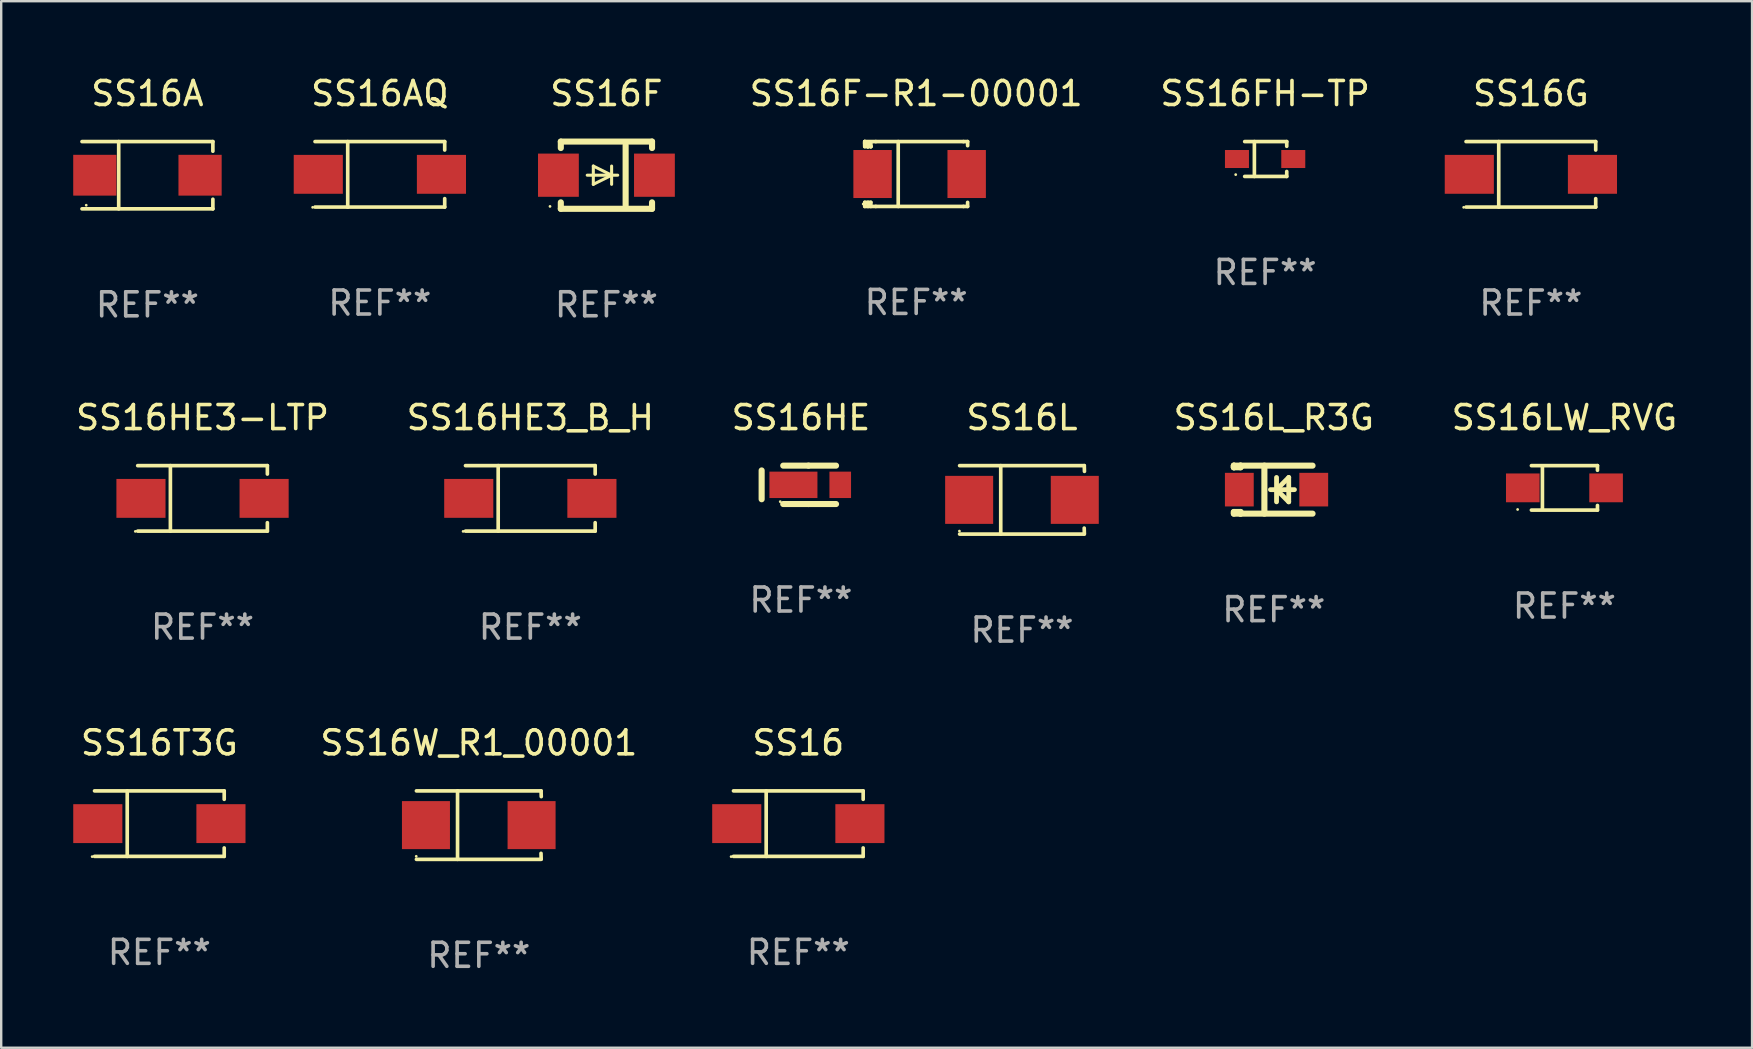
<source format=kicad_pcb>
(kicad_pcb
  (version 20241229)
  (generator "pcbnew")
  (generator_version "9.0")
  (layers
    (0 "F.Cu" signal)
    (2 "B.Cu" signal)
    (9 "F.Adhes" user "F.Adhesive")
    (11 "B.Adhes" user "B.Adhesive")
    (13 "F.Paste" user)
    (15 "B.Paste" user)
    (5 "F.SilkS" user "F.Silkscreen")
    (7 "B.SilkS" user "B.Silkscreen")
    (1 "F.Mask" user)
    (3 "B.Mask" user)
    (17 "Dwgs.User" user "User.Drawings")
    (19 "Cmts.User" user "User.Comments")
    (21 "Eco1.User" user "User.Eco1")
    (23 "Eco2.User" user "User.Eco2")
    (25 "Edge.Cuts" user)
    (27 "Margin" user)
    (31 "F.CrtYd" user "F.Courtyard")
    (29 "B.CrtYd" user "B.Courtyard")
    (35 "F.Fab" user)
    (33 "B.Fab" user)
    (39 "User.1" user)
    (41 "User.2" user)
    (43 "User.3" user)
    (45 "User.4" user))
  (footprint "SS16LW_RVG"
    (layer "F.Cu")
    (at 62.12 17.273)
    (property "Reference" "SS16LW_RVG" (at 0 -2.926 0) (layer "F.SilkS") (effects (font (size 1 1) (thickness 0.15))))
    (attr through_hole)
    (fp_line (start -1.376 -0.926) (end 1.376 -0.926) (stroke (width 0.152) (type solid)) (layer "F.SilkS"))
    (fp_line (start -1.376 0.926) (end 1.376 0.926) (stroke (width 0.152) (type solid)) (layer "F.SilkS"))
    (fp_line (start -0.917 -0.876) (end -0.917 0.876) (stroke (width 0.152) (type solid)) (layer "F.SilkS"))
    (fp_line (start 1.376 -0.926) (end 1.376 -0.733) (stroke (width 0.152) (type solid)) (layer "F.SilkS"))
    (fp_line (start 1.376 0.926) (end 1.376 0.733) (stroke (width 0.152) (type solid)) (layer "F.SilkS"))
    (fp_circle (center -1.95 0.9) (end -1.92 0.9) (stroke (width 0.06) (type solid)) (fill no) (layer "F.SilkS"))
    (fp_text user "REF**" (at 0 4.926 0) (layer "F.Fab") (effects (font (size 1 1) (thickness 0.15))))
    (pad "1" smd rect (at -1.735 0) (size 1.4 1.2) (layers "F.Cu" "F.Mask" "F.Paste"))
    (pad "2" smd rect (at 1.735 0) (size 1.4 1.2) (layers "F.Cu" "F.Mask" "F.Paste")))
  (footprint "SS16HE3_B_H"
    (layer "F.Cu")
    (at 19.042 17.711)
    (property "Reference" "SS16HE3_B_H" (at 0 -3.364 0) (layer "F.SilkS") (effects (font (size 1 1) (thickness 0.15))))
    (attr through_hole)
    (fp_line (start -2.701 -1.364) (end 2.701 -1.364) (stroke (width 0.152) (type solid)) (layer "F.SilkS"))
    (fp_line (start -2.701 1.364) (end 2.701 1.364) (stroke (width 0.152) (type solid)) (layer "F.SilkS"))
    (fp_line (start -1.339 -1.364) (end -1.339 1.364) (stroke (width 0.152) (type solid)) (layer "F.SilkS"))
    (fp_line (start 2.701 -1.364) (end 2.701 -1.013) (stroke (width 0.152) (type solid)) (layer "F.SilkS"))
    (fp_line (start 2.701 1.364) (end 2.701 1.013) (stroke (width 0.152) (type solid)) (layer "F.SilkS"))
    (fp_circle (center -2.8 1.375) (end -2.77 1.375) (stroke (width 0.06) (type solid)) (fill no) (layer "F.SilkS"))
    (fp_text user "REF**" (at 0 5.364 0) (layer "F.Fab") (effects (font (size 1 1) (thickness 0.15))))
    (pad "1" smd rect (at -2.565 -0.000025) (size 2.046 1.62) (layers "F.Cu" "F.Mask" "F.Paste"))
    (pad "2" smd rect (at 2.565 -0.000025) (size 2.046 1.62) (layers "F.Cu" "F.Mask" "F.Paste")))
  (footprint "SS16"
    (layer "F.Cu")
    (at 30.206 31.26)
    (property "Reference" "SS16" (at 0 -3.364 0) (layer "F.SilkS") (effects (font (size 1 1) (thickness 0.15))))
    (attr through_hole)
    (fp_line (start -2.701 -1.364) (end 2.701 -1.364) (stroke (width 0.152) (type solid)) (layer "F.SilkS"))
    (fp_line (start -2.701 1.364) (end 2.701 1.364) (stroke (width 0.152) (type solid)) (layer "F.SilkS"))
    (fp_line (start -1.339 -1.364) (end -1.339 1.364) (stroke (width 0.152) (type solid)) (layer "F.SilkS"))
    (fp_line (start 2.701 -1.364) (end 2.701 -1.013) (stroke (width 0.152) (type solid)) (layer "F.SilkS"))
    (fp_line (start 2.701 1.364) (end 2.701 1.013) (stroke (width 0.152) (type solid)) (layer "F.SilkS"))
    (fp_circle (center -2.8 1.375) (end -2.77 1.375) (stroke (width 0.06) (type solid)) (fill no) (layer "F.SilkS"))
    (fp_text user "REF**" (at 0 5.364 0) (layer "F.Fab") (effects (font (size 1 1) (thickness 0.15))))
    (pad "1" smd rect (at -2.565 -0.000025) (size 2.046 1.62) (layers "F.Cu" "F.Mask" "F.Paste"))
    (pad "2" smd rect (at 2.565 -0.000025) (size 2.046 1.62) (layers "F.Cu" "F.Mask" "F.Paste")))
  (footprint "SS16G"
    (layer "F.Cu")
    (at 60.722 4.212)
    (property "Reference" "SS16G" (at 0 -3.364 0) (layer "F.SilkS") (effects (font (size 1 1) (thickness 0.15))))
    (attr through_hole)
    (fp_line (start -2.701 -1.364) (end 2.701 -1.364) (stroke (width 0.152) (type solid)) (layer "F.SilkS"))
    (fp_line (start -2.701 1.364) (end 2.701 1.364) (stroke (width 0.152) (type solid)) (layer "F.SilkS"))
    (fp_line (start -1.339 -1.364) (end -1.339 1.364) (stroke (width 0.152) (type solid)) (layer "F.SilkS"))
    (fp_line (start 2.701 -1.364) (end 2.701 -1.013) (stroke (width 0.152) (type solid)) (layer "F.SilkS"))
    (fp_line (start 2.701 1.364) (end 2.701 1.013) (stroke (width 0.152) (type solid)) (layer "F.SilkS"))
    (fp_circle (center -2.8 1.375) (end -2.77 1.375) (stroke (width 0.06) (type solid)) (fill no) (layer "F.SilkS"))
    (fp_text user "REF**" (at 0 5.364 0) (layer "F.Fab") (effects (font (size 1 1) (thickness 0.15))))
    (pad "1" smd rect (at -2.565 -0.000025) (size 2.046 1.62) (layers "F.Cu" "F.Mask" "F.Paste"))
    (pad "2" smd rect (at 2.565 -0.000025) (size 2.046 1.62) (layers "F.Cu" "F.Mask" "F.Paste")))
  (footprint "SS16F"
    (layer "F.Cu")
    (at 22.212 4.248)
    (property "Reference" "SS16F" (at 0 -3.4 0) (layer "F.SilkS") (effects (font (size 1 1) (thickness 0.15))))
    (attr through_hole)
    (fp_line (start -1.9 -1.4) (end -1.9 -1.131) (stroke (width 0.254) (type solid)) (layer "F.SilkS"))
    (fp_line (start -1.9 -1.4) (end 1.9 -1.4) (stroke (width 0.254) (type solid)) (layer "F.SilkS"))
    (fp_line (start -1.9 1.131) (end -1.9 1.4) (stroke (width 0.254) (type solid)) (layer "F.SilkS"))
    (fp_line (start -1.9 1.4) (end 1.9 1.4) (stroke (width 0.254) (type solid)) (layer "F.SilkS"))
    (fp_line (start -0.8 0) (end 0.47 0) (stroke (width 0.127) (type solid)) (layer "F.SilkS"))
    (fp_line (start -0.546 -0.381) (end 0.216 0) (stroke (width 0.127) (type solid)) (layer "F.SilkS"))
    (fp_line (start -0.546 0) (end -0.546 -0.381) (stroke (width 0.127) (type solid)) (layer "F.SilkS"))
    (fp_line (start -0.546 0) (end -0.546 0.381) (stroke (width 0.127) (type solid)) (layer "F.SilkS"))
    (fp_line (start -0.546 0.381) (end 0.216 0) (stroke (width 0.127) (type solid)) (layer "F.SilkS"))
    (fp_line (start 0.216 0) (end 0.216 -0.381) (stroke (width 0.127) (type solid)) (layer "F.SilkS"))
    (fp_line (start 0.216 0) (end 0.216 0.381) (stroke (width 0.127) (type solid)) (layer "F.SilkS"))
    (fp_line (start 0.8 1.25) (end 0.8 -1.25) (stroke (width 0.254) (type solid)) (layer "F.SilkS"))
    (fp_line (start 1.9 -1.4) (end 1.9 -1.131) (stroke (width 0.254) (type solid)) (layer "F.SilkS"))
    (fp_line (start 1.9 1.131) (end 1.9 1.4) (stroke (width 0.254) (type solid)) (layer "F.SilkS"))
    (fp_circle (center -2.35 1.3) (end -2.32 1.3) (stroke (width 0.06) (type solid)) (fill no) (layer "F.SilkS"))
    (fp_text user "REF**" (at 0 5.4 0) (layer "F.Fab") (effects (font (size 1 1) (thickness 0.15))))
    (pad "1" smd rect (at -2 0 180) (size 1.7 1.8) (layers "F.Cu" "F.Mask" "F.Paste"))
    (pad "2" smd rect (at 2 0 180) (size 1.7 1.8) (layers "F.Cu" "F.Mask" "F.Paste")))
  (footprint "SS16T3G"
    (layer "F.Cu")
    (at 3.589 31.26)
    (property "Reference" "SS16T3G" (at 0 -3.364 0) (layer "F.SilkS") (effects (font (size 1 1) (thickness 0.15))))
    (attr through_hole)
    (fp_line (start -2.701 -1.364) (end 2.701 -1.364) (stroke (width 0.152) (type solid)) (layer "F.SilkS"))
    (fp_line (start -2.701 1.364) (end 2.701 1.364) (stroke (width 0.152) (type solid)) (layer "F.SilkS"))
    (fp_line (start -1.339 -1.364) (end -1.339 1.364) (stroke (width 0.152) (type solid)) (layer "F.SilkS"))
    (fp_line (start 2.701 -1.364) (end 2.701 -1.013) (stroke (width 0.152) (type solid)) (layer "F.SilkS"))
    (fp_line (start 2.701 1.364) (end 2.701 1.013) (stroke (width 0.152) (type solid)) (layer "F.SilkS"))
    (fp_circle (center -2.8 1.375) (end -2.77 1.375) (stroke (width 0.06) (type solid)) (fill no) (layer "F.SilkS"))
    (fp_text user "REF**" (at 0 5.364 0) (layer "F.Fab") (effects (font (size 1 1) (thickness 0.15))))
    (pad "1" smd rect (at -2.565 -0.000025) (size 2.046 1.62) (layers "F.Cu" "F.Mask" "F.Paste"))
    (pad "2" smd rect (at 2.565 -0.000025) (size 2.046 1.62) (layers "F.Cu" "F.Mask" "F.Paste")))
  (footprint "SS16L"
    (layer "F.Cu")
    (at 39.525 17.773)
    (property "Reference" "SS16L" (at 0 -3.426 0) (layer "F.SilkS") (effects (font (size 1 1) (thickness 0.15))))
    (attr through_hole)
    (fp_line (start -2.6 -1.426) (end 2.593 -1.426) (stroke (width 0.152) (type solid)) (layer "F.SilkS"))
    (fp_line (start -2.6 1.426) (end 2.593 1.426) (stroke (width 0.152) (type solid)) (layer "F.SilkS"))
    (fp_line (start -0.887 -1.426) (end -0.887 1.426) (stroke (width 0.152) (type solid)) (layer "F.SilkS"))
    (fp_line (start 2.59 1.176) (end 2.597 1.415) (stroke (width 0.152) (type solid)) (layer "F.SilkS"))
    (fp_line (start 2.593 -1.426) (end 2.6 -1.187) (stroke (width 0.152) (type solid)) (layer "F.SilkS"))
    (fp_circle (center -2.608 1.3) (end -2.578 1.3) (stroke (width 0.06) (type solid)) (fill no) (layer "F.SilkS"))
    (fp_text user "REF**" (at 0 5.426 0) (layer "F.Fab") (effects (font (size 1 1) (thickness 0.15))))
    (pad "1" smd rect (at -2.203 0 180) (size 2 2) (layers "F.Cu" "F.Mask" "F.Paste"))
    (pad "2" smd rect (at 2.197 0 180) (size 2 2) (layers "F.Cu" "F.Mask" "F.Paste")))
  (footprint "SS16F-R1-00001"
    (layer "F.Cu")
    (at 35.116 4.199)
    (property "Reference" "SS16F-R1-00001" (at 0 -3.351 0) (layer "F.SilkS") (effects (font (size 1 1) (thickness 0.15))))
    (attr through_hole)
    (fp_line (start -2.143 -1.351) (end -2.143 -1.27) (stroke (width 0.152) (type solid)) (layer "F.SilkS"))
    (fp_line (start -2.143 -1.351) (end -2.143 -1.143) (stroke (width 0.152) (type solid)) (layer "F.SilkS"))
    (fp_line (start -2.143 -1.27) (end -2.016 -1.27) (stroke (width 0.152) (type solid)) (layer "F.SilkS"))
    (fp_line (start -2.143 -1.18) (end -2.143 -1.351) (stroke (width 0.152) (type solid)) (layer "F.SilkS"))
    (fp_line (start -2.143 -1.143) (end -2.016 -1.143) (stroke (width 0.152) (type solid)) (layer "F.SilkS"))
    (fp_line (start -2.143 1.351) (end -2.143 1.18) (stroke (width 0.152) (type solid)) (layer "F.SilkS"))
    (fp_line (start -2.016 -1.27) (end -2.016 -1.18) (stroke (width 0.152) (type solid)) (layer "F.SilkS"))
    (fp_line (start -2.016 -1.18) (end -1.897 -1.18) (stroke (width 0.152) (type solid)) (layer "F.SilkS"))
    (fp_line (start -2.016 -1.143) (end -2.016 -1.18) (stroke (width 0.152) (type solid)) (layer "F.SilkS"))
    (fp_line (start -2.016 -1.143) (end -2.007 -1.143) (stroke (width 0.152) (type solid)) (layer "F.SilkS"))
    (fp_line (start -2.007 -1.143) (end -2.007 -1.143) (stroke (width 0.152) (type solid)) (layer "F.SilkS"))
    (fp_line (start -2.007 1.18) (end -2.007 1.351) (stroke (width 0.152) (type solid)) (layer "F.SilkS"))
    (fp_line (start -1.89 -1.143) (end -1.89 -1.143) (stroke (width 0.152) (type solid)) (layer "F.SilkS"))
    (fp_line (start -1.89 1.18) (end -2.143 1.18) (stroke (width 0.152) (type solid)) (layer "F.SilkS"))
    (fp_line (start -1.89 1.18) (end -1.89 1.351) (stroke (width 0.152) (type solid)) (layer "F.SilkS"))
    (fp_line (start -1.889 -1.143) (end -2.016 -1.143) (stroke (width 0.152) (type solid)) (layer "F.SilkS"))
    (fp_line (start -1.889 -1.143) (end -1.89 -1.143) (stroke (width 0.152) (type solid)) (layer "F.SilkS"))
    (fp_line (start -1.889 -1.143) (end -1.889 -1.314) (stroke (width 0.152) (type solid)) (layer "F.SilkS"))
    (fp_line (start -1.683 -1.351) (end -2.143 -1.351) (stroke (width 0.152) (type solid)) (layer "F.SilkS"))
    (fp_line (start -1.683 -1.351) (end 1.969 -1.351) (stroke (width 0.152) (type solid)) (layer "F.SilkS"))
    (fp_line (start -1.683 1.351) (end -2.143 1.351) (stroke (width 0.152) (type solid)) (layer "F.SilkS"))
    (fp_line (start -1.683 1.351) (end 1.969 1.351) (stroke (width 0.152) (type solid)) (layer "F.SilkS"))
    (fp_line (start -0.749 -1.351) (end -0.749 1.351) (stroke (width 0.152) (type solid)) (layer "F.SilkS"))
    (fp_line (start 1.969 -1.351) (end 2.143 -1.351) (stroke (width 0.152) (type solid)) (layer "F.SilkS"))
    (fp_line (start 2.142 1.181) (end 2.142 1.351) (stroke (width 0.152) (type solid)) (layer "F.SilkS"))
    (fp_line (start 2.142 1.351) (end 1.969 1.351) (stroke (width 0.152) (type solid)) (layer "F.SilkS"))
    (fp_line (start 2.143 -1.351) (end 2.143 -1.18) (stroke (width 0.152) (type solid)) (layer "F.SilkS"))
    (fp_circle (center -2.207 1.25) (end -2.177 1.25) (stroke (width 0.06) (type solid)) (fill no) (layer "F.SilkS"))
    (fp_text user "REF**" (at 0 5.351 0) (layer "F.Fab") (effects (font (size 1 1) (thickness 0.15))))
    (pad "1" smd rect (at -1.817 0.000102) (size 1.6 2) (layers "F.Cu" "F.Mask" "F.Paste"))
    (pad "2" smd rect (at 2.103 0.000102) (size 1.6 2) (layers "F.Cu" "F.Mask" "F.Paste")))
  (footprint "SS16HE"
    (layer "F.Cu")
    (at 30.315 17.147)
    (property "Reference" "SS16HE" (at 0 -2.8 0) (layer "F.SilkS") (effects (font (size 1 1) (thickness 0.15))))
    (attr through_hole)
    (fp_line (start -1.637 -0.6) (end -1.637 0.6) (stroke (width 0.254) (type solid)) (layer "F.SilkS"))
    (fp_line (start -0.738 -0.8) (end 0.314 -0.8) (stroke (width 0.254) (type solid)) (layer "F.SilkS"))
    (fp_line (start -0.738 0.8) (end 0.314 0.8) (stroke (width 0.254) (type solid)) (layer "F.SilkS"))
    (fp_line (start 0.314 0.8) (end 1.462 0.8) (stroke (width 0.254) (type solid)) (layer "F.SilkS"))
    (fp_line (start 0.314 -0.8) (end 1.462 -0.8) (stroke (width 0.254) (type solid)) (layer "F.SilkS"))
    (fp_circle (center -0.862 0.7) (end -0.832 0.7) (stroke (width 0.06) (type solid)) (fill no) (layer "F.SilkS"))
    (fp_text user "REF**" (at 0 4.8 0) (layer "F.Fab") (effects (font (size 1 1) (thickness 0.15))))
    (pad "1" smd rect (at -0.313 -0.000064) (size 2 1.1) (layers "F.Cu" "F.Mask" "F.Paste"))
    (pad "2" smd rect (at 1.637 -0.000064) (size 0.9 1.1) (layers "F.Cu" "F.Mask" "F.Paste")))
  (footprint "SS16L_R3G"
    (layer "F.Cu")
    (at 50.013 17.347)
    (property "Reference" "SS16L_R3G" (at 0 -3 0) (layer "F.SilkS") (effects (font (size 1 1) (thickness 0.15))))
    (attr through_hole)
    (fp_line (start -1.664 -1) (end -1.664 -0.931) (stroke (width 0.254) (type solid)) (layer "F.SilkS"))
    (fp_line (start -1.664 -0.931) (end -1.664 -1) (stroke (width 0.254) (type solid)) (layer "F.SilkS"))
    (fp_line (start -1.664 0.931) (end -1.386 0.931) (stroke (width 0.254) (type solid)) (layer "F.SilkS"))
    (fp_line (start -1.664 1) (end -1.664 0.931) (stroke (width 0.254) (type solid)) (layer "F.SilkS"))
    (fp_line (start -1.386 -1) (end -1.664 -1) (stroke (width 0.254) (type solid)) (layer "F.SilkS"))
    (fp_line (start -1.386 -1) (end -1.386 -0.931) (stroke (width 0.254) (type solid)) (layer "F.SilkS"))
    (fp_line (start -1.386 -1) (end 1.614 -1) (stroke (width 0.254) (type solid)) (layer "F.SilkS"))
    (fp_line (start -1.386 -0.931) (end -1.664 -0.931) (stroke (width 0.254) (type solid)) (layer "F.SilkS"))
    (fp_line (start -1.386 0.931) (end -1.386 1) (stroke (width 0.254) (type solid)) (layer "F.SilkS"))
    (fp_line (start -1.386 1) (end -1.664 1) (stroke (width 0.254) (type solid)) (layer "F.SilkS"))
    (fp_line (start -1.386 1) (end 1.614 1) (stroke (width 0.254) (type solid)) (layer "F.SilkS"))
    (fp_line (start -0.392 -1) (end -0.392 1) (stroke (width 0.254) (type solid)) (layer "F.SilkS"))
    (fp_line (start -0.14 0) (end 0.86 0) (stroke (width 0.2) (type solid)) (layer "F.SilkS"))
    (fp_line (start 0.114 -0.508) (end 0.114 0.508) (stroke (width 0.2) (type solid)) (layer "F.SilkS"))
    (fp_line (start 0.114 0) (end 0.622 -0.508) (stroke (width 0.2) (type solid)) (layer "F.SilkS"))
    (fp_line (start 0.622 -0.508) (end 0.622 0.508) (stroke (width 0.2) (type solid)) (layer "F.SilkS"))
    (fp_line (start 0.622 0.508) (end 0.114 0) (stroke (width 0.2) (type solid)) (layer "F.SilkS"))
    (fp_circle (center -1.692 0.9) (end -1.662 0.9) (stroke (width 0.06) (type solid)) (fill no) (layer "F.SilkS"))
    (fp_text user "REF**" (at 0 5 0) (layer "F.Fab") (effects (font (size 1 1) (thickness 0.15))))
    (pad "1" smd rect (at -1.436 0) (size 1.2 1.4) (layers "F.Cu" "F.Mask" "F.Paste"))
    (pad "2" smd rect (at 1.664 0) (size 1.2 1.4) (layers "F.Cu" "F.Mask" "F.Paste")))
  (footprint "SS16FH-TP"
    (layer "F.Cu")
    (at 49.651 3.574)
    (property "Reference" "SS16FH-TP" (at 0 -2.726 0) (layer "F.SilkS") (effects (font (size 1 1) (thickness 0.15))))
    (attr through_hole)
    (fp_line (start -0.851 -0.726) (end 0.901 -0.726) (stroke (width 0.152) (type solid)) (layer "F.SilkS"))
    (fp_line (start -0.851 0.726) (end 0.901 0.726) (stroke (width 0.152) (type solid)) (layer "F.SilkS"))
    (fp_line (start -0.447 -0.726) (end -0.447 0.726) (stroke (width 0.152) (type solid)) (layer "F.SilkS"))
    (fp_line (start 0.901 -0.726) (end 0.901 -0.53) (stroke (width 0.152) (type solid)) (layer "F.SilkS"))
    (fp_line (start 0.901 0.726) (end 0.901 0.52) (stroke (width 0.152) (type solid)) (layer "F.SilkS"))
    (fp_circle (center -1.225 0.65) (end -1.195 0.65) (stroke (width 0.06) (type solid)) (fill no) (layer "F.SilkS"))
    (fp_text user "REF**" (at 0 4.726 0) (layer "F.Fab") (effects (font (size 1 1) (thickness 0.15))))
    (pad "1" smd rect (at -1.173 0) (size 1 0.75) (layers "F.Cu" "F.Mask" "F.Paste"))
    (pad "2" smd rect (at 1.173 0) (size 1 0.75) (layers "F.Cu" "F.Mask" "F.Paste")))
  (footprint "SS16HE3-LTP"
    (layer "F.Cu")
    (at 5.387 17.711)
    (property "Reference" "SS16HE3-LTP" (at 0 -3.364 0) (layer "F.SilkS") (effects (font (size 1 1) (thickness 0.15))))
    (attr through_hole)
    (fp_line (start -2.701 -1.364) (end 2.701 -1.364) (stroke (width 0.152) (type solid)) (layer "F.SilkS"))
    (fp_line (start -2.701 1.364) (end 2.701 1.364) (stroke (width 0.152) (type solid)) (layer "F.SilkS"))
    (fp_line (start -1.339 -1.364) (end -1.339 1.364) (stroke (width 0.152) (type solid)) (layer "F.SilkS"))
    (fp_line (start 2.701 -1.364) (end 2.701 -1.013) (stroke (width 0.152) (type solid)) (layer "F.SilkS"))
    (fp_line (start 2.701 1.364) (end 2.701 1.013) (stroke (width 0.152) (type solid)) (layer "F.SilkS"))
    (fp_circle (center -2.8 1.375) (end -2.77 1.375) (stroke (width 0.06) (type solid)) (fill no) (layer "F.SilkS"))
    (fp_text user "REF**" (at 0 5.364 0) (layer "F.Fab") (effects (font (size 1 1) (thickness 0.15))))
    (pad "1" smd rect (at -2.565 -0.000025) (size 2.046 1.62) (layers "F.Cu" "F.Mask" "F.Paste"))
    (pad "2" smd rect (at 2.565 -0.000025) (size 2.046 1.62) (layers "F.Cu" "F.Mask" "F.Paste")))
  (footprint "SS16W_R1_00001"
    (layer "F.Cu")
    (at 16.897 31.322)
    (property "Reference" "SS16W_R1_00001" (at 0 -3.426 0) (layer "F.SilkS") (effects (font (size 1 1) (thickness 0.15))))
    (attr through_hole)
    (fp_line (start -2.6 -1.426) (end 2.593 -1.426) (stroke (width 0.152) (type solid)) (layer "F.SilkS"))
    (fp_line (start -2.6 1.426) (end 2.593 1.426) (stroke (width 0.152) (type solid)) (layer "F.SilkS"))
    (fp_line (start -0.887 -1.426) (end -0.887 1.426) (stroke (width 0.152) (type solid)) (layer "F.SilkS"))
    (fp_line (start 2.59 1.176) (end 2.597 1.415) (stroke (width 0.152) (type solid)) (layer "F.SilkS"))
    (fp_line (start 2.593 -1.426) (end 2.6 -1.187) (stroke (width 0.152) (type solid)) (layer "F.SilkS"))
    (fp_circle (center -2.608 1.3) (end -2.578 1.3) (stroke (width 0.06) (type solid)) (fill no) (layer "F.SilkS"))
    (fp_text user "REF**" (at 0 5.426 0) (layer "F.Fab") (effects (font (size 1 1) (thickness 0.15))))
    (pad "1" smd rect (at -2.203 0 180) (size 2 2) (layers "F.Cu" "F.Mask" "F.Paste"))
    (pad "2" smd rect (at 2.197 0 180) (size 2 2) (layers "F.Cu" "F.Mask" "F.Paste")))
  (footprint "SS16AQ"
    (layer "F.Cu")
    (at 12.774 4.212)
    (property "Reference" "SS16AQ" (at 0 -3.364 0) (layer "F.SilkS") (effects (font (size 1 1) (thickness 0.15))))
    (attr through_hole)
    (fp_line (start -2.701 -1.364) (end 2.701 -1.364) (stroke (width 0.152) (type solid)) (layer "F.SilkS"))
    (fp_line (start -2.701 1.364) (end 2.701 1.364) (stroke (width 0.152) (type solid)) (layer "F.SilkS"))
    (fp_line (start -1.339 -1.364) (end -1.339 1.364) (stroke (width 0.152) (type solid)) (layer "F.SilkS"))
    (fp_line (start 2.701 -1.364) (end 2.701 -1.013) (stroke (width 0.152) (type solid)) (layer "F.SilkS"))
    (fp_line (start 2.701 1.364) (end 2.701 1.013) (stroke (width 0.152) (type solid)) (layer "F.SilkS"))
    (fp_circle (center -2.8 1.375) (end -2.77 1.375) (stroke (width 0.06) (type solid)) (fill no) (layer "F.SilkS"))
    (fp_text user "REF**" (at 0 5.364 0) (layer "F.Fab") (effects (font (size 1 1) (thickness 0.15))))
    (pad "1" smd rect (at -2.565 -0.000025) (size 2.046 1.62) (layers "F.Cu" "F.Mask" "F.Paste"))
    (pad "2" smd rect (at 2.565 -0.000025) (size 2.046 1.62) (layers "F.Cu" "F.Mask" "F.Paste")))
  (footprint "SS16A"
    (layer "F.Cu")
    (at 3.092 4.249)
    (property "Reference" "SS16A" (at 0 -3.401 0) (layer "F.SilkS") (effects (font (size 1 1) (thickness 0.15))))
    (attr through_hole)
    (fp_line (start -2.726 -1.401) (end 2.726 -1.401) (stroke (width 0.152) (type solid)) (layer "F.SilkS"))
    (fp_line (start -2.726 1.401) (end 2.726 1.401) (stroke (width 0.152) (type solid)) (layer "F.SilkS"))
    (fp_line (start -1.197 -1.401) (end -1.197 1.401) (stroke (width 0.152) (type solid)) (layer "F.SilkS"))
    (fp_line (start 2.726 -1.401) (end 2.726 -1) (stroke (width 0.152) (type solid)) (layer "F.SilkS"))
    (fp_line (start 2.726 1.401) (end 2.726 1) (stroke (width 0.152) (type solid)) (layer "F.SilkS"))
    (fp_circle (center -2.55 1.25) (end -2.52 1.25) (stroke (width 0.06) (type solid)) (fill no) (layer "F.SilkS"))
    (fp_text user "REF**" (at 0 5.401 0) (layer "F.Fab") (effects (font (size 1 1) (thickness 0.15))))
    (pad "1" smd rect (at -2.192 0) (size 1.8 1.7) (layers "F.Cu" "F.Mask" "F.Paste"))
    (pad "2" smd rect (at 2.192 0) (size 1.8 1.7) (layers "F.Cu" "F.Mask" "F.Paste")))
  (gr_rect
    (start -3 -3)
    (end 69.936 40.597)
    (stroke (width 0.1) (type default))
    (fill no)
    (layer "Edge.Cuts")))
</source>
